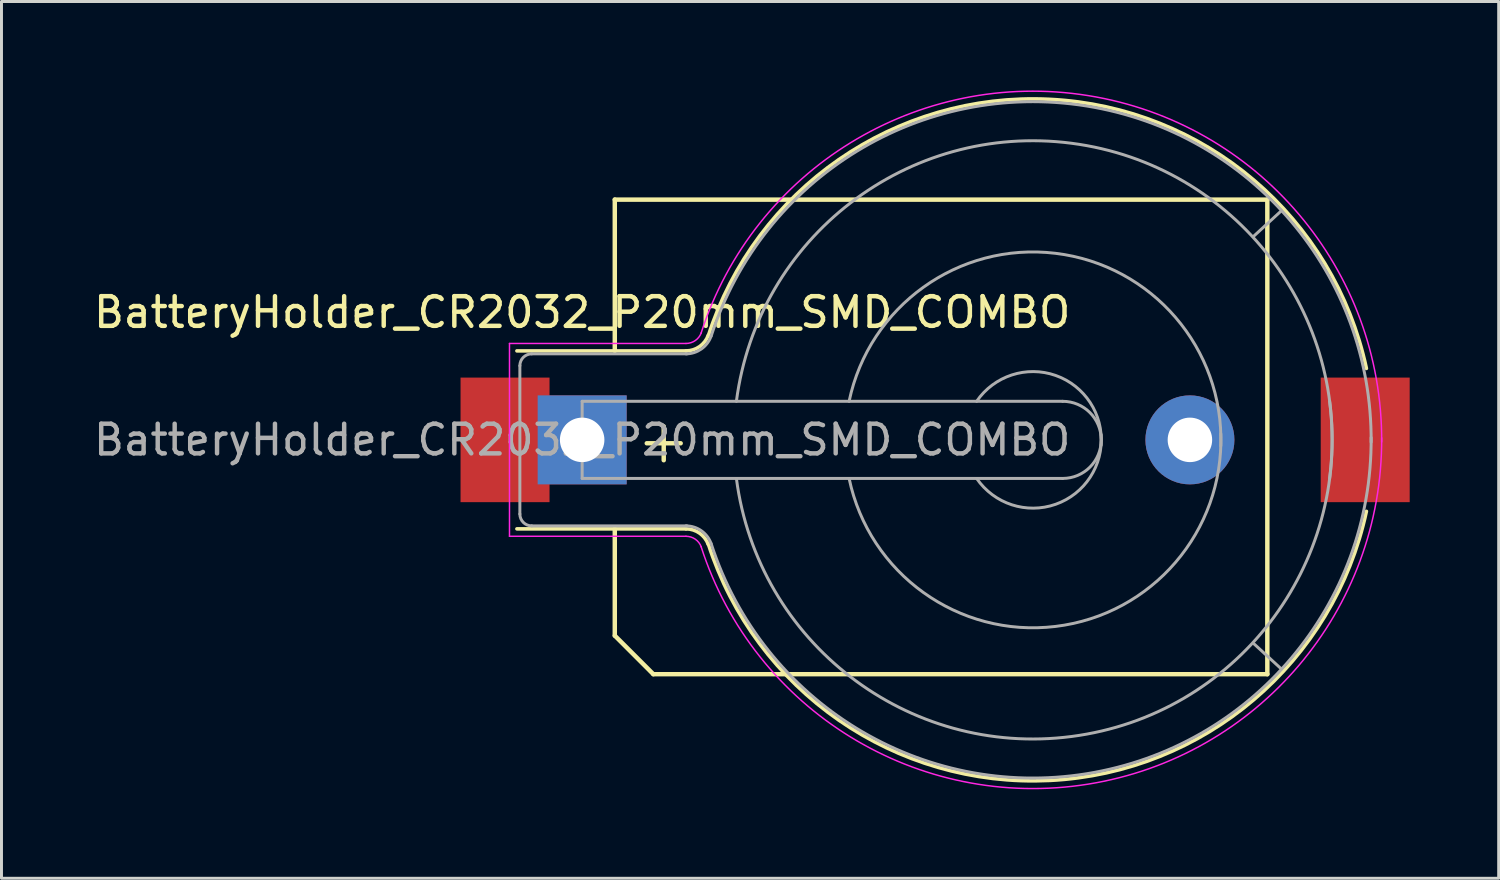
<source format=kicad_pcb>
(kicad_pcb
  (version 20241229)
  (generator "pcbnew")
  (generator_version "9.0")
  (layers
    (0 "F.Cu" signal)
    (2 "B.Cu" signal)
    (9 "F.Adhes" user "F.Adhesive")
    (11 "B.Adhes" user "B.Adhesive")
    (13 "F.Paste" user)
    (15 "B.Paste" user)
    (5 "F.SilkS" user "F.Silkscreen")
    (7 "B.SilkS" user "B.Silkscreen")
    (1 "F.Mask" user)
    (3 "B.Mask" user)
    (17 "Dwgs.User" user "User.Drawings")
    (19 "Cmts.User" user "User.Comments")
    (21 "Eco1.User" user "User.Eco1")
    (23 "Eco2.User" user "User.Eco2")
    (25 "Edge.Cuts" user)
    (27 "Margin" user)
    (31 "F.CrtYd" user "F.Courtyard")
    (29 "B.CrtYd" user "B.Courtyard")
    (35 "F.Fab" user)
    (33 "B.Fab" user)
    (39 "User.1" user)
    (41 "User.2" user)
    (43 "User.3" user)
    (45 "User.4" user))
  (footprint "BatteryHolder_CR2032_P20mm_SMD_COMBO"
    (layer "F.Cu")
    (at 16.577 11.78)
    (property "Reference" "BatteryHolder_CR2032_P20mm_SMD_COMBO" (at 0 -4.3 0) (layer "F.SilkS") (effects (font (size 1 1) (thickness 0.15))))
    (attr through_hole)
    (fp_line (start -2.2 -3) (end 3.5 -3) (stroke (width 0.12) (type solid)) (layer "F.SilkS"))
    (fp_line (start -2.2 3) (end 3.5 3) (stroke (width 0.12) (type solid)) (layer "F.SilkS"))
    (fp_line (start 1.1 -8.1) (end 23.1 -8.1) (stroke (width 0.15) (type solid)) (layer "F.SilkS"))
    (fp_line (start 1.1 -3) (end 1.1 -8.1) (stroke (width 0.15) (type solid)) (layer "F.SilkS"))
    (fp_line (start 1.1 3) (end 1.1 6.6) (stroke (width 0.15) (type solid)) (layer "F.SilkS"))
    (fp_line (start 1.1 6.6) (end 2.4 7.9) (stroke (width 0.15) (type solid)) (layer "F.SilkS"))
    (fp_line (start 23.1 -8.1) (end 23.1 7.9) (stroke (width 0.15) (type solid)) (layer "F.SilkS"))
    (fp_line (start 23.1 7.9) (end 2.4 7.9) (stroke (width 0.15) (type solid)) (layer "F.SilkS"))
    (fp_arc (start 3.5 3) (mid 3.958861 3.144678) (end 4.251754 3.526384) (stroke (width 0.12) (type solid)) (layer "F.SilkS"))
    (fp_arc (start 4.25 -3.5) (mid 15.764664 -11.481884) (end 26.440582 -2.408696) (stroke (width 0.12) (type solid)) (layer "F.SilkS"))
    (fp_arc (start 4.251754 -3.526384) (mid 3.958861 -3.144678) (end 3.5 -3) (stroke (width 0.12) (type solid)) (layer "F.SilkS"))
    (fp_arc (start 26.440582 2.408696) (mid 15.764664 11.481884) (end 4.25 3.5) (stroke (width 0.12) (type solid)) (layer "F.SilkS"))
    (fp_line (start -2.45 -3.25) (end 3.5 -3.25) (stroke (width 0.05) (type solid)) (layer "F.CrtYd"))
    (fp_line (start -2.45 3.25) (end -2.45 -3.25) (stroke (width 0.05) (type solid)) (layer "F.CrtYd"))
    (fp_line (start -2.45 3.25) (end 3.5 3.25) (stroke (width 0.05) (type solid)) (layer "F.CrtYd"))
    (fp_arc (start 3.5 3.25) (mid 3.815467 3.349466) (end 4.016831 3.611889) (stroke (width 0.05) (type solid)) (layer "F.CrtYd"))
    (fp_arc (start 4.01 -3.6) (mid 17.055841 -11.60741) (end 26.954634 0.068483) (stroke (width 0.05) (type solid)) (layer "F.CrtYd"))
    (fp_arc (start 4.016831 -3.611889) (mid 3.815467 -3.349466) (end 3.5 -3.25) (stroke (width 0.05) (type solid)) (layer "F.CrtYd"))
    (fp_arc (start 26.954634 -0.068483) (mid 17.055841 11.60741) (end 4.01 3.6) (stroke (width 0.05) (type solid)) (layer "F.CrtYd"))
    (fp_line (start -2.1 -2.5) (end -2.1 2.5) (stroke (width 0.1) (type solid)) (layer "F.Fab"))
    (fp_line (start -1.7 2.9) (end 3.531 2.9) (stroke (width 0.1) (type solid)) (layer "F.Fab"))
    (fp_line (start 0 -1.3) (end 0 1.3) (stroke (width 0.1) (type solid)) (layer "F.Fab"))
    (fp_line (start 0 1.3) (end 16.2 1.3) (stroke (width 0.1) (type solid)) (layer "F.Fab"))
    (fp_line (start 3.531 -2.9) (end -1.7 -2.9) (stroke (width 0.1) (type solid)) (layer "F.Fab"))
    (fp_line (start 16.2 -1.3) (end 0 -1.3) (stroke (width 0.1) (type solid)) (layer "F.Fab"))
    (fp_line (start 23.571 -7.722) (end 22.631 -6.858) (stroke (width 0.1) (type solid)) (layer "F.Fab"))
    (fp_line (start 23.571 7.722) (end 22.657 6.883) (stroke (width 0.1) (type solid)) (layer "F.Fab"))
    (fp_arc (start -2.1 -2.5) (mid -1.982843 -2.782843) (end -1.7 -2.9) (stroke (width 0.1) (type solid)) (layer "F.Fab"))
    (fp_arc (start -1.7 2.9) (mid -1.982843 2.782843) (end -2.1 2.5) (stroke (width 0.1) (type solid)) (layer "F.Fab"))
    (fp_arc (start 3.5 2.9) (mid 4.016219 3.062763) (end 4.345723 3.492182) (stroke (width 0.1) (type solid)) (layer "F.Fab"))
    (fp_arc (start 4.345723 -3.492182) (mid 4.016219 -3.062763) (end 3.5 -2.9) (stroke (width 0.1) (type solid)) (layer "F.Fab"))
    (fp_arc (start 4.35 -3.5) (mid 17.008726 -11.256154) (end 26.600299 0.075351) (stroke (width 0.1) (type solid)) (layer "F.Fab"))
    (fp_arc (start 5.2 -1.3) (mid 16.5 -10) (end 25.2 1.3) (stroke (width 0.1) (type solid)) (layer "F.Fab"))
    (fp_arc (start 9 -1.3) (mid 15.954687 -6.28971) (end 21.531551 0.203631) (stroke (width 0.1) (type solid)) (layer "F.Fab"))
    (fp_arc (start 13.3 -1.3) (mid 15.963947 -2.171724) (end 17.495448 0.175833) (stroke (width 0.1) (type solid)) (layer "F.Fab"))
    (fp_arc (start 16.2 -1.3) (mid 17.5 0) (end 16.2 1.3) (stroke (width 0.1) (type solid)) (layer "F.Fab"))
    (fp_arc (start 17.495448 -0.175833) (mid 15.963947 2.171724) (end 13.3 1.3) (stroke (width 0.1) (type solid)) (layer "F.Fab"))
    (fp_arc (start 21.531551 -0.203631) (mid 15.954687 6.28971) (end 9 1.3) (stroke (width 0.1) (type solid)) (layer "F.Fab"))
    (fp_arc (start 25.2 -1.3) (mid 16.5 10) (end 5.2 1.3) (stroke (width 0.1) (type solid)) (layer "F.Fab"))
    (fp_arc (start 26.600299 -0.075351) (mid 17.008726 11.256154) (end 4.35 3.5) (stroke (width 0.1) (type solid)) (layer "F.Fab"))
    (fp_text user "+" (at 2.75 0 0) (layer "F.SilkS") (effects (font (size 1.5 1.5) (thickness 0.15))))
    (fp_text user "${REFERENCE}" (at 0 0 0) (layer "F.Fab") (effects (font (size 1 1) (thickness 0.15))))
    (pad "1" smd rect (at -2.6 0) (size 3 4.2) (layers "F.Cu" "F.Mask" "F.Paste"))
    (pad "1" thru_hole rect (at 0 0) (size 3 3) (drill 1.5) (layers "*.Cu" "*.Mask"))
    (pad "2" thru_hole circle (at 20.49 0) (size 3 3) (drill 1.5) (layers "*.Cu" "*.Mask"))
    (pad "2" smd rect (at 26.4 0) (size 3 4.2) (layers "F.Cu" "F.Mask" "F.Paste")))
  (gr_rect
    (start -3 -3)
    (end 47.477 26.56)
    (stroke (width 0.1) (type default))
    (fill no)
    (layer "Edge.Cuts")))
</source>
